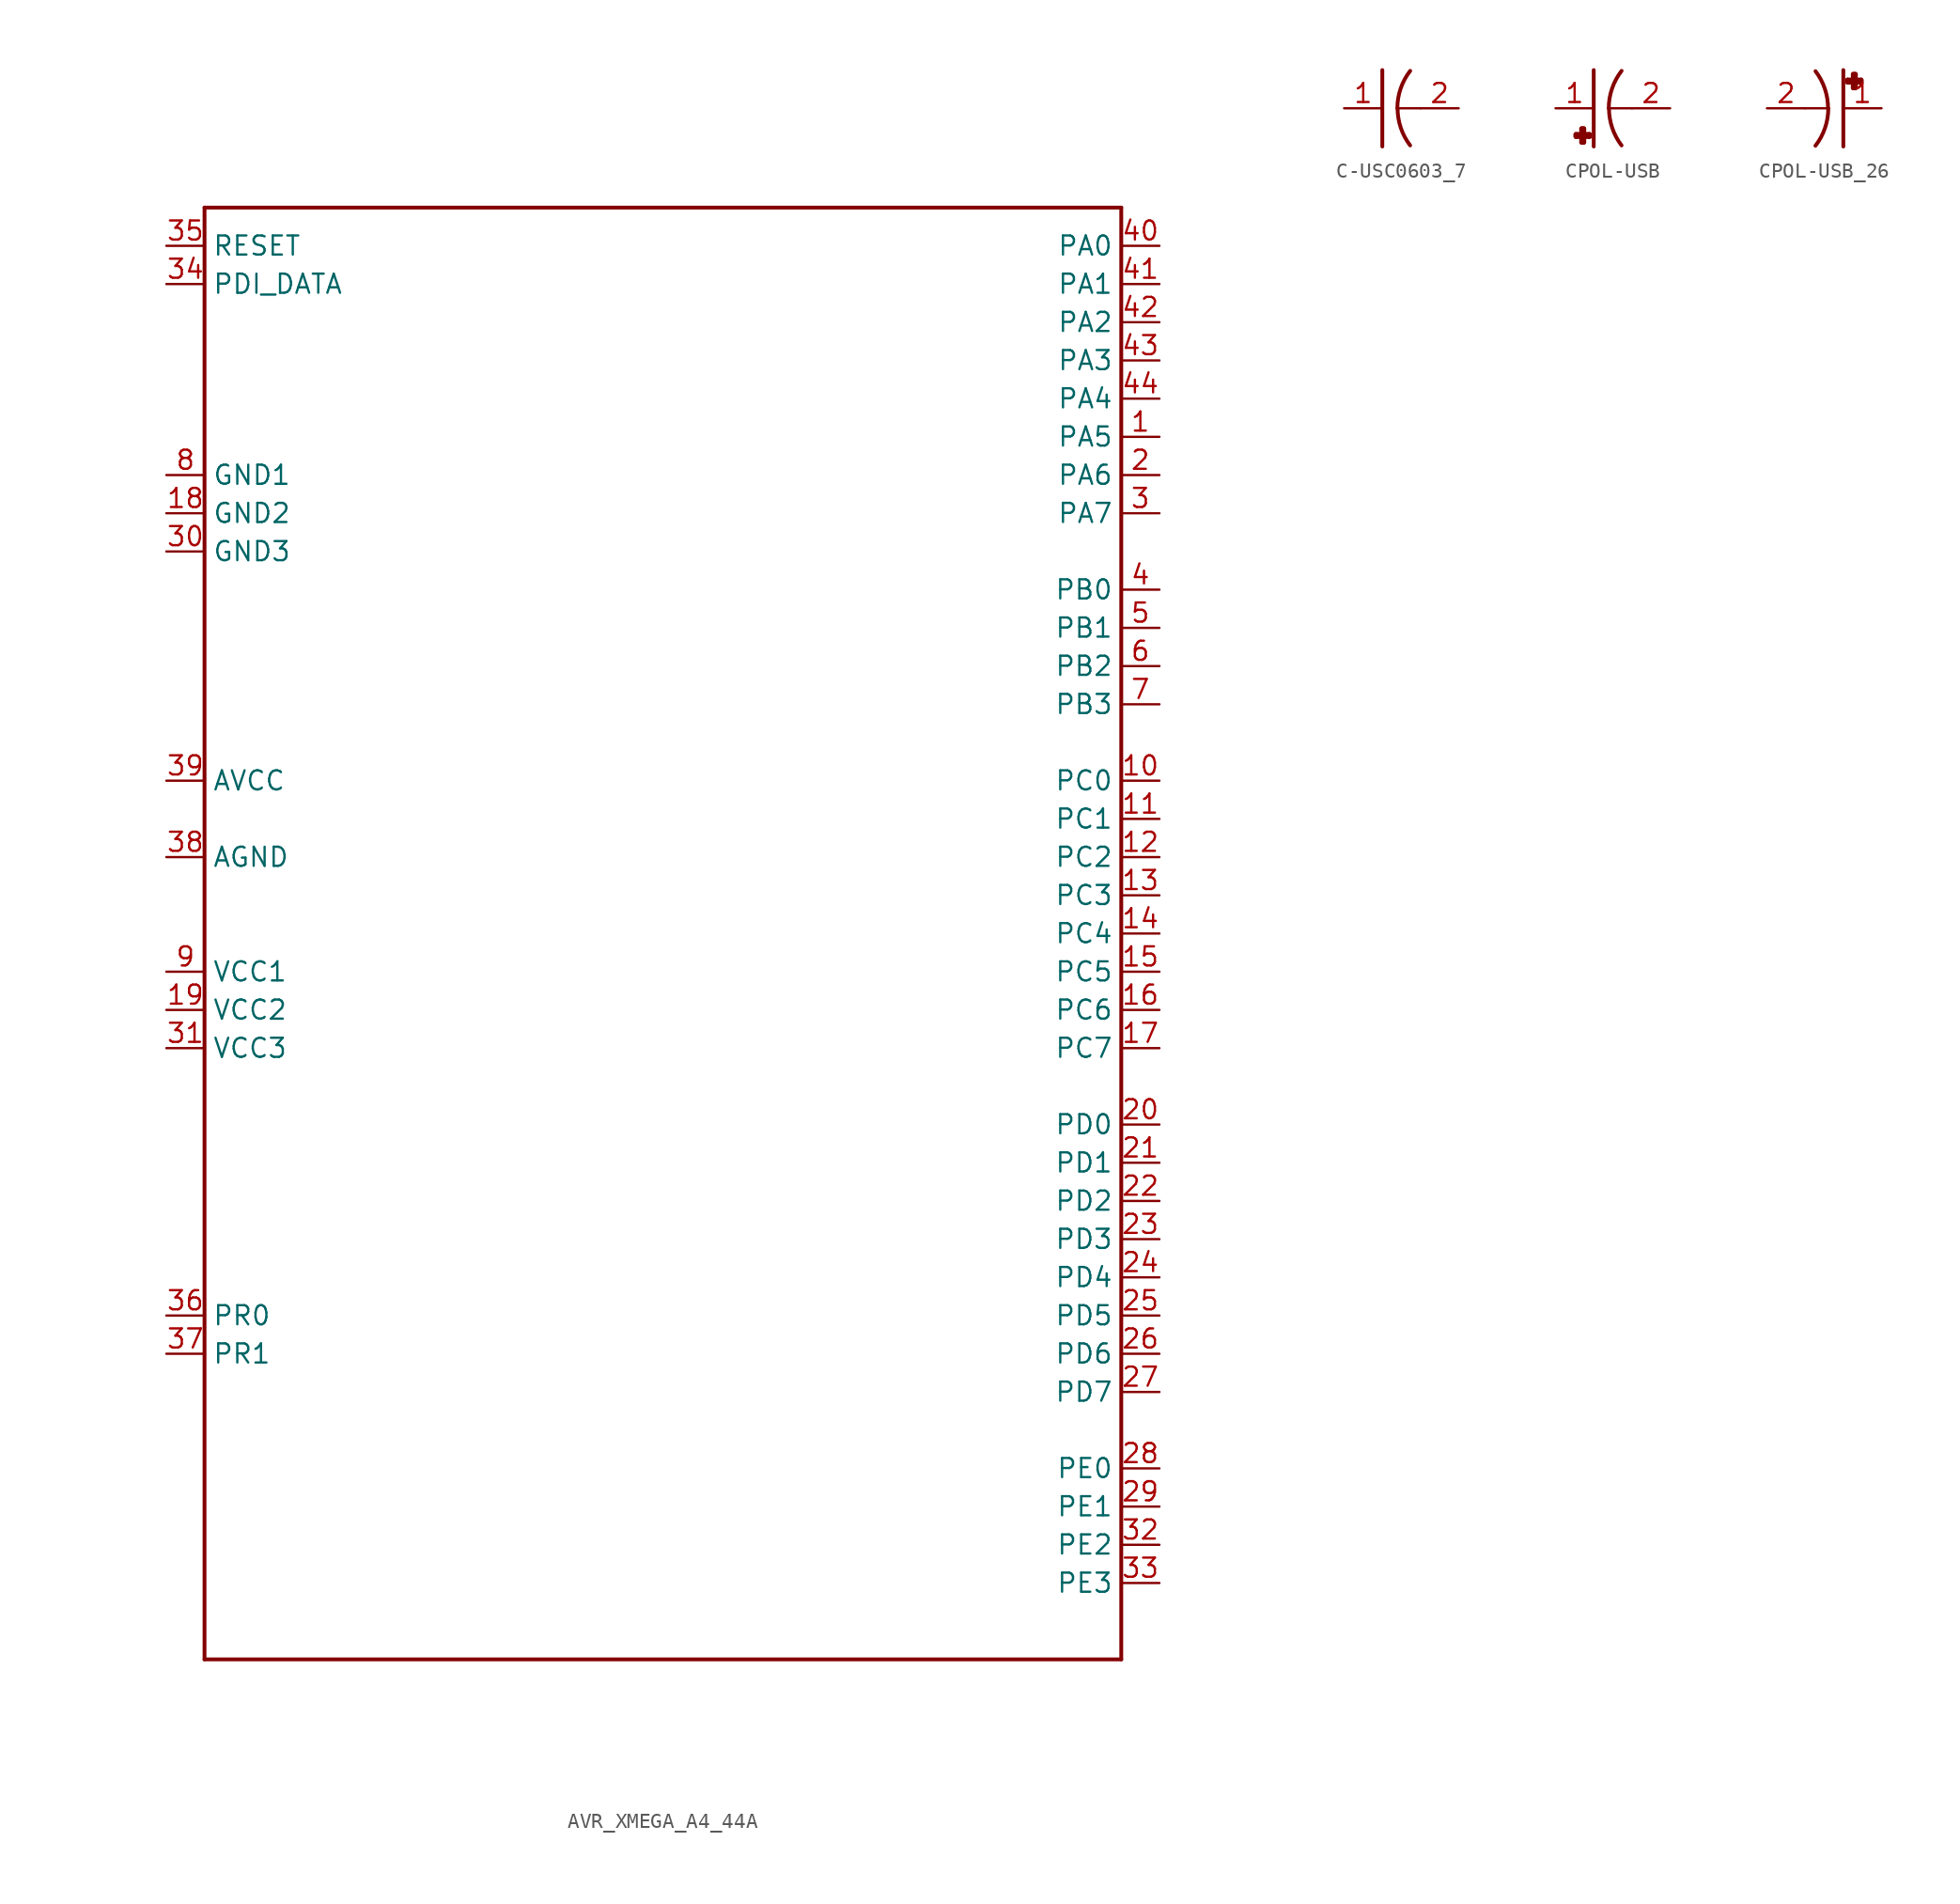
<source format=kicad_sym>
(kicad_symbol_lib
  (version 20231120)
  (generator "kicad_symbol_editor")
  (generator_version "8.0")
  (symbol "AVR_XMEGA_A4_44A"
    (property "Reference" "IC"
      (at 0 0 0)
      (effects (font (size 1.27 1.27)) (hide yes)))
    (property "ki_locked" ""
      (at 0 0 0)
      (effects (font (size 1.27 1.27))))
    (symbol "AVR_XMEGA_A4_44A_1_0"
      (polyline (pts (xy -30.48 -48.26) (xy 30.48 -48.26)) (stroke (width 0.254) (type solid)) (fill (type none)))
      (polyline (pts (xy -30.48 48.26) (xy -30.48 -48.26)) (stroke (width 0.254) (type solid)) (fill (type none)))
      (polyline (pts (xy 30.48 -48.26) (xy 30.48 48.26)) (stroke (width 0.254) (type solid)) (fill (type none)))
      (polyline (pts (xy 30.48 48.26) (xy -30.48 48.26)) (stroke (width 0.254) (type solid)) (fill (type none)))
      (pin bidirectional line (at 33.02 33.02 180) (length 2.54) (name "PA5" (effects (font (size 1.27 1.27)))) (number "1" (effects (font (size 1.27 1.27)))))
      (pin bidirectional line (at 33.02 10.16 180) (length 2.54) (name "PC0" (effects (font (size 1.27 1.27)))) (number "10" (effects (font (size 1.27 1.27)))))
      (pin bidirectional line (at 33.02 7.62 180) (length 2.54) (name "PC1" (effects (font (size 1.27 1.27)))) (number "11" (effects (font (size 1.27 1.27)))))
      (pin bidirectional line (at 33.02 5.08 180) (length 2.54) (name "PC2" (effects (font (size 1.27 1.27)))) (number "12" (effects (font (size 1.27 1.27)))))
      (pin bidirectional line (at 33.02 2.54 180) (length 2.54) (name "PC3" (effects (font (size 1.27 1.27)))) (number "13" (effects (font (size 1.27 1.27)))))
      (pin bidirectional line (at 33.02 0 180) (length 2.54) (name "PC4" (effects (font (size 1.27 1.27)))) (number "14" (effects (font (size 1.27 1.27)))))
      (pin bidirectional line (at 33.02 -2.54 180) (length 2.54) (name "PC5" (effects (font (size 1.27 1.27)))) (number "15" (effects (font (size 1.27 1.27)))))
      (pin bidirectional line (at 33.02 -5.08 180) (length 2.54) (name "PC6" (effects (font (size 1.27 1.27)))) (number "16" (effects (font (size 1.27 1.27)))))
      (pin bidirectional line (at 33.02 -7.62 180) (length 2.54) (name "PC7" (effects (font (size 1.27 1.27)))) (number "17" (effects (font (size 1.27 1.27)))))
      (pin bidirectional line (at -33.02 27.94 0) (length 2.54) (name "GND2" (effects (font (size 1.27 1.27)))) (number "18" (effects (font (size 1.27 1.27)))))
      (pin bidirectional line (at -33.02 -5.08 0) (length 2.54) (name "VCC2" (effects (font (size 1.27 1.27)))) (number "19" (effects (font (size 1.27 1.27)))))
      (pin bidirectional line (at 33.02 30.48 180) (length 2.54) (name "PA6" (effects (font (size 1.27 1.27)))) (number "2" (effects (font (size 1.27 1.27)))))
      (pin bidirectional line (at 33.02 -12.7 180) (length 2.54) (name "PD0" (effects (font (size 1.27 1.27)))) (number "20" (effects (font (size 1.27 1.27)))))
      (pin bidirectional line (at 33.02 -15.24 180) (length 2.54) (name "PD1" (effects (font (size 1.27 1.27)))) (number "21" (effects (font (size 1.27 1.27)))))
      (pin bidirectional line (at 33.02 -17.78 180) (length 2.54) (name "PD2" (effects (font (size 1.27 1.27)))) (number "22" (effects (font (size 1.27 1.27)))))
      (pin bidirectional line (at 33.02 -20.32 180) (length 2.54) (name "PD3" (effects (font (size 1.27 1.27)))) (number "23" (effects (font (size 1.27 1.27)))))
      (pin bidirectional line (at 33.02 -22.86 180) (length 2.54) (name "PD4" (effects (font (size 1.27 1.27)))) (number "24" (effects (font (size 1.27 1.27)))))
      (pin bidirectional line (at 33.02 -25.4 180) (length 2.54) (name "PD5" (effects (font (size 1.27 1.27)))) (number "25" (effects (font (size 1.27 1.27)))))
      (pin bidirectional line (at 33.02 -27.94 180) (length 2.54) (name "PD6" (effects (font (size 1.27 1.27)))) (number "26" (effects (font (size 1.27 1.27)))))
      (pin bidirectional line (at 33.02 -30.48 180) (length 2.54) (name "PD7" (effects (font (size 1.27 1.27)))) (number "27" (effects (font (size 1.27 1.27)))))
      (pin bidirectional line (at 33.02 -35.56 180) (length 2.54) (name "PE0" (effects (font (size 1.27 1.27)))) (number "28" (effects (font (size 1.27 1.27)))))
      (pin bidirectional line (at 33.02 -38.1 180) (length 2.54) (name "PE1" (effects (font (size 1.27 1.27)))) (number "29" (effects (font (size 1.27 1.27)))))
      (pin bidirectional line (at 33.02 27.94 180) (length 2.54) (name "PA7" (effects (font (size 1.27 1.27)))) (number "3" (effects (font (size 1.27 1.27)))))
      (pin bidirectional line (at -33.02 25.4 0) (length 2.54) (name "GND3" (effects (font (size 1.27 1.27)))) (number "30" (effects (font (size 1.27 1.27)))))
      (pin bidirectional line (at -33.02 -7.62 0) (length 2.54) (name "VCC3" (effects (font (size 1.27 1.27)))) (number "31" (effects (font (size 1.27 1.27)))))
      (pin bidirectional line (at 33.02 -40.64 180) (length 2.54) (name "PE2" (effects (font (size 1.27 1.27)))) (number "32" (effects (font (size 1.27 1.27)))))
      (pin bidirectional line (at 33.02 -43.18 180) (length 2.54) (name "PE3" (effects (font (size 1.27 1.27)))) (number "33" (effects (font (size 1.27 1.27)))))
      (pin bidirectional line (at -33.02 43.18 0) (length 2.54) (name "PDI_DATA" (effects (font (size 1.27 1.27)))) (number "34" (effects (font (size 1.27 1.27)))))
      (pin bidirectional line (at -33.02 45.72 0) (length 2.54) (name "RESET" (effects (font (size 1.27 1.27)))) (number "35" (effects (font (size 1.27 1.27)))))
      (pin bidirectional line (at -33.02 -25.4 0) (length 2.54) (name "PR0" (effects (font (size 1.27 1.27)))) (number "36" (effects (font (size 1.27 1.27)))))
      (pin bidirectional line (at -33.02 -27.94 0) (length 2.54) (name "PR1" (effects (font (size 1.27 1.27)))) (number "37" (effects (font (size 1.27 1.27)))))
      (pin bidirectional line (at -33.02 5.08 0) (length 2.54) (name "AGND" (effects (font (size 1.27 1.27)))) (number "38" (effects (font (size 1.27 1.27)))))
      (pin bidirectional line (at -33.02 10.16 0) (length 2.54) (name "AVCC" (effects (font (size 1.27 1.27)))) (number "39" (effects (font (size 1.27 1.27)))))
      (pin bidirectional line (at 33.02 22.86 180) (length 2.54) (name "PB0" (effects (font (size 1.27 1.27)))) (number "4" (effects (font (size 1.27 1.27)))))
      (pin bidirectional line (at 33.02 45.72 180) (length 2.54) (name "PA0" (effects (font (size 1.27 1.27)))) (number "40" (effects (font (size 1.27 1.27)))))
      (pin bidirectional line (at 33.02 43.18 180) (length 2.54) (name "PA1" (effects (font (size 1.27 1.27)))) (number "41" (effects (font (size 1.27 1.27)))))
      (pin bidirectional line (at 33.02 40.64 180) (length 2.54) (name "PA2" (effects (font (size 1.27 1.27)))) (number "42" (effects (font (size 1.27 1.27)))))
      (pin bidirectional line (at 33.02 38.1 180) (length 2.54) (name "PA3" (effects (font (size 1.27 1.27)))) (number "43" (effects (font (size 1.27 1.27)))))
      (pin bidirectional line (at 33.02 35.56 180) (length 2.54) (name "PA4" (effects (font (size 1.27 1.27)))) (number "44" (effects (font (size 1.27 1.27)))))
      (pin bidirectional line (at 33.02 20.32 180) (length 2.54) (name "PB1" (effects (font (size 1.27 1.27)))) (number "5" (effects (font (size 1.27 1.27)))))
      (pin bidirectional line (at 33.02 17.78 180) (length 2.54) (name "PB2" (effects (font (size 1.27 1.27)))) (number "6" (effects (font (size 1.27 1.27)))))
      (pin bidirectional line (at 33.02 15.24 180) (length 2.54) (name "PB3" (effects (font (size 1.27 1.27)))) (number "7" (effects (font (size 1.27 1.27)))))
      (pin bidirectional line (at -33.02 30.48 0) (length 2.54) (name "GND1" (effects (font (size 1.27 1.27)))) (number "8" (effects (font (size 1.27 1.27)))))
      (pin bidirectional line (at -33.02 -2.54 0) (length 2.54) (name "VCC1" (effects (font (size 1.27 1.27)))) (number "9" (effects (font (size 1.27 1.27)))))))
  (symbol "C-USC0603_7"
    (property "Reference" "C"
      (at 0 0 0)
      (effects (font (size 1.27 1.27)) (hide yes)))
    (property "ki_locked" ""
      (at 0 0 0)
      (effects (font (size 1.27 1.27))))
    (symbol "C-USC0603_7_1_0"
      (arc (start -0.254 0) (mid -0.0399 -1.3021) (end 0.58 -2.467) (stroke (width 0.254) (type solid)) (fill (type none)))
      (polyline (pts (xy -1.27 -2.54) (xy -1.27 2.54)) (stroke (width 0.254) (type solid)) (fill (type none)))
      (polyline (pts (xy -0.254 0) (xy 1.27 0)) (stroke (width 0.152) (type solid)) (fill (type none)))
      (arc (start 0.584 2.489) (mid -0.0506 1.3157) (end -0.27 0) (stroke (width 0.254) (type solid)) (fill (type none)))
      (pin passive line (at -3.81 0 0) (length 2.54) (name "1" (effects (font (size 0 0)))) (number "1" (effects (font (size 1.27 1.27)))))
      (pin passive line (at 3.81 0 180) (length 2.54) (name "2" (effects (font (size 0 0)))) (number "2" (effects (font (size 1.27 1.27)))))))
  (symbol "CPOL-USB"
    (property "Reference" "C"
      (at 0 0 0)
      (effects (font (size 1.27 1.27)) (hide yes)))
    (property "ki_locked" ""
      (at 0 0 0)
      (effects (font (size 1.27 1.27))))
    (symbol "CPOL-USB_1_0"
      (polyline (pts (xy -1.858 -1.872) (xy -1.858 -1.745)) (stroke (width 0.333) (type solid)) (fill (type none)))
      (polyline (pts (xy -1.858 -1.745) (xy -0.969 -1.745)) (stroke (width 0.333) (type solid)) (fill (type none)))
      (polyline (pts (xy -1.477 -2.253) (xy -1.477 -1.364)) (stroke (width 0.333) (type solid)) (fill (type none)))
      (polyline (pts (xy -1.477 -1.364) (xy -1.35 -1.364)) (stroke (width 0.333) (type solid)) (fill (type none)))
      (polyline (pts (xy -1.35 -2.253) (xy -1.477 -2.253)) (stroke (width 0.333) (type solid)) (fill (type none)))
      (polyline (pts (xy -1.35 -1.364) (xy -1.35 -2.253)) (stroke (width 0.333) (type solid)) (fill (type none)))
      (polyline (pts (xy -0.969 -1.872) (xy -1.858 -1.872)) (stroke (width 0.333) (type solid)) (fill (type none)))
      (polyline (pts (xy -0.969 -1.745) (xy -0.969 -1.872)) (stroke (width 0.333) (type solid)) (fill (type none)))
      (polyline (pts (xy -0.682 -2.54) (xy -0.682 2.54)) (stroke (width 0.254) (type solid)) (fill (type none)))
      (polyline (pts (xy 0.334 0) (xy 1.858 0)) (stroke (width 0.152) (type solid)) (fill (type none)))
      (arc (start 0.334 0) (mid 0.548 -1.3021) (end 1.168 -2.467) (stroke (width 0.254) (type solid)) (fill (type none)))
      (arc (start 1.172 2.489) (mid 0.5374 1.3157) (end 0.318 0) (stroke (width 0.254) (type solid)) (fill (type none)))
      (pin passive line (at -3.222 0 0) (length 2.54) (name "+" (effects (font (size 0 0)))) (number "1" (effects (font (size 1.27 1.27)))))
      (pin passive line (at 4.398 0 180) (length 2.54) (name "-" (effects (font (size 0 0)))) (number "2" (effects (font (size 1.27 1.27)))))))
  (symbol "CPOL-USB_26"
    (property "Reference" "C"
      (at 0 0 0)
      (effects (font (size 1.27 1.27)) (hide yes)))
    (property "ki_locked" ""
      (at 0 0 0)
      (effects (font (size 1.27 1.27))))
    (symbol "CPOL-USB_26_1_0"
      (arc (start -1.172 -2.489) (mid -0.5374 -1.3157) (end -0.318 0) (stroke (width 0.254) (type solid)) (fill (type none)))
      (arc (start -0.334 0) (mid -0.548 1.3021) (end -1.168 2.467) (stroke (width 0.254) (type solid)) (fill (type none)))
      (polyline (pts (xy -0.334 0) (xy -1.858 0)) (stroke (width 0.152) (type solid)) (fill (type none)))
      (polyline (pts (xy 0.682 2.54) (xy 0.682 -2.54)) (stroke (width 0.254) (type solid)) (fill (type none)))
      (polyline (pts (xy 0.969 1.744) (xy 0.969 1.872)) (stroke (width 0.333) (type solid)) (fill (type none)))
      (polyline (pts (xy 0.969 1.872) (xy 1.858 1.872)) (stroke (width 0.333) (type solid)) (fill (type none)))
      (polyline (pts (xy 1.35 1.364) (xy 1.35 2.253)) (stroke (width 0.333) (type solid)) (fill (type none)))
      (polyline (pts (xy 1.35 2.253) (xy 1.476 2.253)) (stroke (width 0.333) (type solid)) (fill (type none)))
      (polyline (pts (xy 1.476 1.364) (xy 1.35 1.364)) (stroke (width 0.333) (type solid)) (fill (type none)))
      (polyline (pts (xy 1.476 2.253) (xy 1.476 1.364)) (stroke (width 0.333) (type solid)) (fill (type none)))
      (polyline (pts (xy 1.858 1.744) (xy 0.969 1.744)) (stroke (width 0.333) (type solid)) (fill (type none)))
      (polyline (pts (xy 1.858 1.872) (xy 1.858 1.744)) (stroke (width 0.333) (type solid)) (fill (type none)))
      (pin passive line (at 3.222 0 180) (length 2.54) (name "+" (effects (font (size 0 0)))) (number "1" (effects (font (size 1.27 1.27)))))
      (pin passive line (at -4.398 0 0) (length 2.54) (name "-" (effects (font (size 0 0)))) (number "2" (effects (font (size 1.27 1.27))))))))
</source>
